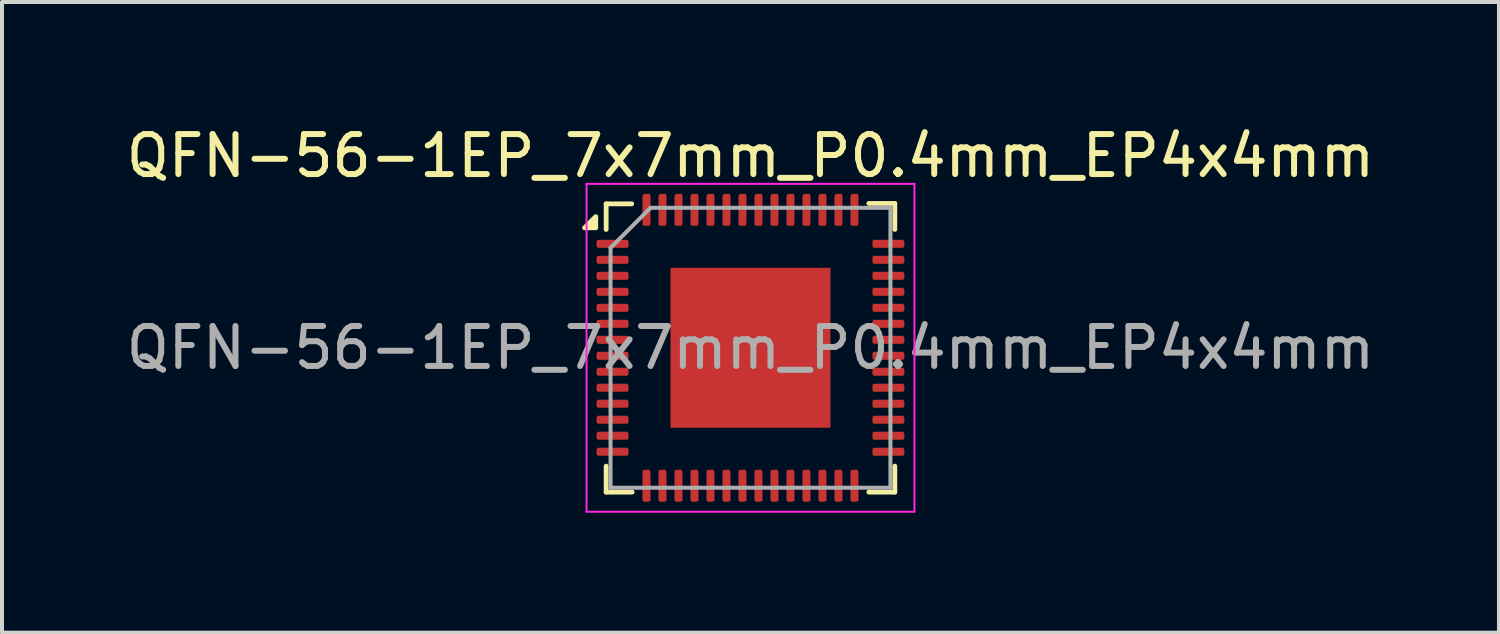
<source format=kicad_pcb>
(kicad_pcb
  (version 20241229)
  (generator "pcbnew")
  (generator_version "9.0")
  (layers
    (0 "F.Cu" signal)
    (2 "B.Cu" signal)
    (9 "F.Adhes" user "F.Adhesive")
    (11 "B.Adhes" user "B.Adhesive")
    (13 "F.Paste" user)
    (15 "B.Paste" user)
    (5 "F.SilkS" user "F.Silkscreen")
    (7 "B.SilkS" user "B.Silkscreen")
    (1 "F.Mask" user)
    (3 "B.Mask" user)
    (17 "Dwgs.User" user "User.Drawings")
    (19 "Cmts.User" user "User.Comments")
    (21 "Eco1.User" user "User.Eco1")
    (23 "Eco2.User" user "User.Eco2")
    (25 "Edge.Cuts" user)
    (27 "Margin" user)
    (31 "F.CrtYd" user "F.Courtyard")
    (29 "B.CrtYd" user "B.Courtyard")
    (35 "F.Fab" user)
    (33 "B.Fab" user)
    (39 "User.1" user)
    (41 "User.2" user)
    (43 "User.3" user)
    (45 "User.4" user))
  (footprint "QFN-56-1EP_7x7mm_P0.4mm_EP4x4mm"
    (layer "F.Cu")
    (at 15.72 5.648)
    (property "Reference" "QFN-56-1EP_7x7mm_P0.4mm_EP4x4mm" (at 0 -4.8 0) (layer "F.SilkS") (effects (font (size 1 1) (thickness 0.15))))
    (attr smd)
    (fp_line (start -3.61 -2.96) (end -3.61 -3.6) (stroke (width 0.12) (type solid)) (layer "F.SilkS"))
    (fp_line (start -3.61 3.61) (end -3.61 2.96) (stroke (width 0.12) (type solid)) (layer "F.SilkS"))
    (fp_line (start -2.97 -3.6) (end -3.61 -3.6) (stroke (width 0.12) (type solid)) (layer "F.SilkS"))
    (fp_line (start -2.96 3.61) (end -3.61 3.61) (stroke (width 0.12) (type solid)) (layer "F.SilkS"))
    (fp_line (start 2.96 -3.61) (end 3.61 -3.61) (stroke (width 0.12) (type solid)) (layer "F.SilkS"))
    (fp_line (start 2.96 3.61) (end 3.61 3.61) (stroke (width 0.12) (type solid)) (layer "F.SilkS"))
    (fp_line (start 3.61 -3.61) (end 3.61 -2.96) (stroke (width 0.12) (type solid)) (layer "F.SilkS"))
    (fp_line (start 3.61 3.61) (end 3.61 2.96) (stroke (width 0.12) (type solid)) (layer "F.SilkS"))
    (fp_poly (pts (xy -3.87 -3) (xy -4.15 -3) (xy -3.87 -3.28) (xy -3.87 -3)) (stroke (width 0.12) (type solid)) (fill yes) (layer "F.SilkS"))
    (fp_line (start -4.1 -4.1) (end -4.1 4.1) (stroke (width 0.05) (type solid)) (layer "F.CrtYd"))
    (fp_line (start -4.1 4.1) (end 4.1 4.1) (stroke (width 0.05) (type solid)) (layer "F.CrtYd"))
    (fp_line (start 4.1 -4.1) (end -4.1 -4.1) (stroke (width 0.05) (type solid)) (layer "F.CrtYd"))
    (fp_line (start 4.1 4.1) (end 4.1 -4.1) (stroke (width 0.05) (type solid)) (layer "F.CrtYd"))
    (fp_line (start -3.5 -2.5) (end -2.5 -3.5) (stroke (width 0.1) (type solid)) (layer "F.Fab"))
    (fp_line (start -3.5 3.5) (end -3.5 -2.5) (stroke (width 0.1) (type solid)) (layer "F.Fab"))
    (fp_line (start -2.5 -3.5) (end 3.5 -3.5) (stroke (width 0.1) (type solid)) (layer "F.Fab"))
    (fp_line (start 3.5 -3.5) (end 3.5 3.5) (stroke (width 0.1) (type solid)) (layer "F.Fab"))
    (fp_line (start 3.5 3.5) (end -3.5 3.5) (stroke (width 0.1) (type solid)) (layer "F.Fab"))
    (fp_text user "${REFERENCE}" (at 0 0 0) (layer "F.Fab") (effects (font (size 1 1) (thickness 0.15))))
    (pad "" smd roundrect (at -1.33 -1.33) (size 1.07 1.07) (layers "F.Paste") (roundrect_rratio 0.234))
    (pad "" smd roundrect (at -1.33 0) (size 1.07 1.07) (layers "F.Paste") (roundrect_rratio 0.234))
    (pad "" smd roundrect (at -1.33 1.33) (size 1.07 1.07) (layers "F.Paste") (roundrect_rratio 0.234))
    (pad "" smd roundrect (at 0 -1.33) (size 1.07 1.07) (layers "F.Paste") (roundrect_rratio 0.234))
    (pad "" smd roundrect (at 0 0) (size 1.07 1.07) (layers "F.Paste") (roundrect_rratio 0.234))
    (pad "" smd roundrect (at 0 1.33) (size 1.07 1.07) (layers "F.Paste") (roundrect_rratio 0.234))
    (pad "" smd roundrect (at 1.33 -1.33) (size 1.07 1.07) (layers "F.Paste") (roundrect_rratio 0.234))
    (pad "" smd roundrect (at 1.33 0) (size 1.07 1.07) (layers "F.Paste") (roundrect_rratio 0.234))
    (pad "" smd roundrect (at 1.33 1.33) (size 1.07 1.07) (layers "F.Paste") (roundrect_rratio 0.234))
    (pad "1" smd roundrect (at -3.45 -2.6) (size 0.8 0.2) (layers "F.Cu" "F.Mask" "F.Paste") (roundrect_rratio 0.25))
    (pad "2" smd roundrect (at -3.45 -2.2) (size 0.8 0.2) (layers "F.Cu" "F.Mask" "F.Paste") (roundrect_rratio 0.25))
    (pad "3" smd roundrect (at -3.45 -1.8) (size 0.8 0.2) (layers "F.Cu" "F.Mask" "F.Paste") (roundrect_rratio 0.25))
    (pad "4" smd roundrect (at -3.45 -1.4) (size 0.8 0.2) (layers "F.Cu" "F.Mask" "F.Paste") (roundrect_rratio 0.25))
    (pad "5" smd roundrect (at -3.45 -1) (size 0.8 0.2) (layers "F.Cu" "F.Mask" "F.Paste") (roundrect_rratio 0.25))
    (pad "6" smd roundrect (at -3.45 -0.6) (size 0.8 0.2) (layers "F.Cu" "F.Mask" "F.Paste") (roundrect_rratio 0.25))
    (pad "7" smd roundrect (at -3.45 -0.2) (size 0.8 0.2) (layers "F.Cu" "F.Mask" "F.Paste") (roundrect_rratio 0.25))
    (pad "8" smd roundrect (at -3.45 0.2) (size 0.8 0.2) (layers "F.Cu" "F.Mask" "F.Paste") (roundrect_rratio 0.25))
    (pad "9" smd roundrect (at -3.45 0.6) (size 0.8 0.2) (layers "F.Cu" "F.Mask" "F.Paste") (roundrect_rratio 0.25))
    (pad "10" smd roundrect (at -3.45 1) (size 0.8 0.2) (layers "F.Cu" "F.Mask" "F.Paste") (roundrect_rratio 0.25))
    (pad "11" smd roundrect (at -3.45 1.4) (size 0.8 0.2) (layers "F.Cu" "F.Mask" "F.Paste") (roundrect_rratio 0.25))
    (pad "12" smd roundrect (at -3.45 1.8) (size 0.8 0.2) (layers "F.Cu" "F.Mask" "F.Paste") (roundrect_rratio 0.25))
    (pad "13" smd roundrect (at -3.45 2.2) (size 0.8 0.2) (layers "F.Cu" "F.Mask" "F.Paste") (roundrect_rratio 0.25))
    (pad "14" smd roundrect (at -3.45 2.6) (size 0.8 0.2) (layers "F.Cu" "F.Mask" "F.Paste") (roundrect_rratio 0.25))
    (pad "15" smd roundrect (at -2.6 3.45) (size 0.2 0.8) (layers "F.Cu" "F.Mask" "F.Paste") (roundrect_rratio 0.25))
    (pad "16" smd roundrect (at -2.2 3.45) (size 0.2 0.8) (layers "F.Cu" "F.Mask" "F.Paste") (roundrect_rratio 0.25))
    (pad "17" smd roundrect (at -1.8 3.45) (size 0.2 0.8) (layers "F.Cu" "F.Mask" "F.Paste") (roundrect_rratio 0.25))
    (pad "18" smd roundrect (at -1.4 3.45) (size 0.2 0.8) (layers "F.Cu" "F.Mask" "F.Paste") (roundrect_rratio 0.25))
    (pad "19" smd roundrect (at -1 3.45) (size 0.2 0.8) (layers "F.Cu" "F.Mask" "F.Paste") (roundrect_rratio 0.25))
    (pad "20" smd roundrect (at -0.6 3.45) (size 0.2 0.8) (layers "F.Cu" "F.Mask" "F.Paste") (roundrect_rratio 0.25))
    (pad "21" smd roundrect (at -0.2 3.45) (size 0.2 0.8) (layers "F.Cu" "F.Mask" "F.Paste") (roundrect_rratio 0.25))
    (pad "22" smd roundrect (at 0.2 3.45) (size 0.2 0.8) (layers "F.Cu" "F.Mask" "F.Paste") (roundrect_rratio 0.25))
    (pad "23" smd roundrect (at 0.6 3.45) (size 0.2 0.8) (layers "F.Cu" "F.Mask" "F.Paste") (roundrect_rratio 0.25))
    (pad "24" smd roundrect (at 1 3.45) (size 0.2 0.8) (layers "F.Cu" "F.Mask" "F.Paste") (roundrect_rratio 0.25))
    (pad "25" smd roundrect (at 1.4 3.45) (size 0.2 0.8) (layers "F.Cu" "F.Mask" "F.Paste") (roundrect_rratio 0.25))
    (pad "26" smd roundrect (at 1.8 3.45) (size 0.2 0.8) (layers "F.Cu" "F.Mask" "F.Paste") (roundrect_rratio 0.25))
    (pad "27" smd roundrect (at 2.2 3.45) (size 0.2 0.8) (layers "F.Cu" "F.Mask" "F.Paste") (roundrect_rratio 0.25))
    (pad "28" smd roundrect (at 2.6 3.45) (size 0.2 0.8) (layers "F.Cu" "F.Mask" "F.Paste") (roundrect_rratio 0.25))
    (pad "29" smd roundrect (at 3.45 2.6) (size 0.8 0.2) (layers "F.Cu" "F.Mask" "F.Paste") (roundrect_rratio 0.25))
    (pad "30" smd roundrect (at 3.45 2.2) (size 0.8 0.2) (layers "F.Cu" "F.Mask" "F.Paste") (roundrect_rratio 0.25))
    (pad "31" smd roundrect (at 3.45 1.8) (size 0.8 0.2) (layers "F.Cu" "F.Mask" "F.Paste") (roundrect_rratio 0.25))
    (pad "32" smd roundrect (at 3.45 1.4) (size 0.8 0.2) (layers "F.Cu" "F.Mask" "F.Paste") (roundrect_rratio 0.25))
    (pad "33" smd roundrect (at 3.45 1) (size 0.8 0.2) (layers "F.Cu" "F.Mask" "F.Paste") (roundrect_rratio 0.25))
    (pad "34" smd roundrect (at 3.45 0.6) (size 0.8 0.2) (layers "F.Cu" "F.Mask" "F.Paste") (roundrect_rratio 0.25))
    (pad "35" smd roundrect (at 3.45 0.2) (size 0.8 0.2) (layers "F.Cu" "F.Mask" "F.Paste") (roundrect_rratio 0.25))
    (pad "36" smd roundrect (at 3.45 -0.2) (size 0.8 0.2) (layers "F.Cu" "F.Mask" "F.Paste") (roundrect_rratio 0.25))
    (pad "37" smd roundrect (at 3.45 -0.6) (size 0.8 0.2) (layers "F.Cu" "F.Mask" "F.Paste") (roundrect_rratio 0.25))
    (pad "38" smd roundrect (at 3.45 -1) (size 0.8 0.2) (layers "F.Cu" "F.Mask" "F.Paste") (roundrect_rratio 0.25))
    (pad "39" smd roundrect (at 3.45 -1.4) (size 0.8 0.2) (layers "F.Cu" "F.Mask" "F.Paste") (roundrect_rratio 0.25))
    (pad "40" smd roundrect (at 3.45 -1.8) (size 0.8 0.2) (layers "F.Cu" "F.Mask" "F.Paste") (roundrect_rratio 0.25))
    (pad "41" smd roundrect (at 3.45 -2.2) (size 0.8 0.2) (layers "F.Cu" "F.Mask" "F.Paste") (roundrect_rratio 0.25))
    (pad "42" smd roundrect (at 3.45 -2.6) (size 0.8 0.2) (layers "F.Cu" "F.Mask" "F.Paste") (roundrect_rratio 0.25))
    (pad "43" smd roundrect (at 2.6 -3.45) (size 0.2 0.8) (layers "F.Cu" "F.Mask" "F.Paste") (roundrect_rratio 0.25))
    (pad "44" smd roundrect (at 2.2 -3.45) (size 0.2 0.8) (layers "F.Cu" "F.Mask" "F.Paste") (roundrect_rratio 0.25))
    (pad "45" smd roundrect (at 1.8 -3.45) (size 0.2 0.8) (layers "F.Cu" "F.Mask" "F.Paste") (roundrect_rratio 0.25))
    (pad "46" smd roundrect (at 1.4 -3.45) (size 0.2 0.8) (layers "F.Cu" "F.Mask" "F.Paste") (roundrect_rratio 0.25))
    (pad "47" smd roundrect (at 1 -3.45) (size 0.2 0.8) (layers "F.Cu" "F.Mask" "F.Paste") (roundrect_rratio 0.25))
    (pad "48" smd roundrect (at 0.6 -3.45) (size 0.2 0.8) (layers "F.Cu" "F.Mask" "F.Paste") (roundrect_rratio 0.25))
    (pad "49" smd roundrect (at 0.2 -3.45) (size 0.2 0.8) (layers "F.Cu" "F.Mask" "F.Paste") (roundrect_rratio 0.25))
    (pad "50" smd roundrect (at -0.2 -3.45) (size 0.2 0.8) (layers "F.Cu" "F.Mask" "F.Paste") (roundrect_rratio 0.25))
    (pad "51" smd roundrect (at -0.6 -3.45) (size 0.2 0.8) (layers "F.Cu" "F.Mask" "F.Paste") (roundrect_rratio 0.25))
    (pad "52" smd roundrect (at -1 -3.45) (size 0.2 0.8) (layers "F.Cu" "F.Mask" "F.Paste") (roundrect_rratio 0.25))
    (pad "53" smd roundrect (at -1.4 -3.45) (size 0.2 0.8) (layers "F.Cu" "F.Mask" "F.Paste") (roundrect_rratio 0.25))
    (pad "54" smd roundrect (at -1.8 -3.45) (size 0.2 0.8) (layers "F.Cu" "F.Mask" "F.Paste") (roundrect_rratio 0.25))
    (pad "55" smd roundrect (at -2.2 -3.45) (size 0.2 0.8) (layers "F.Cu" "F.Mask" "F.Paste") (roundrect_rratio 0.25))
    (pad "56" smd roundrect (at -2.6 -3.45) (size 0.2 0.8) (layers "F.Cu" "F.Mask" "F.Paste") (roundrect_rratio 0.25))
    (pad "57" smd rect (at 0 0) (size 4 4) (property pad_prop_heatsink) (layers "F.Cu" "F.Mask")))
  (gr_rect
    (start -3 -3)
    (end 34.44 12.773)
    (stroke (width 0.1) (type default))
    (fill no)
    (layer "Edge.Cuts")))
</source>
